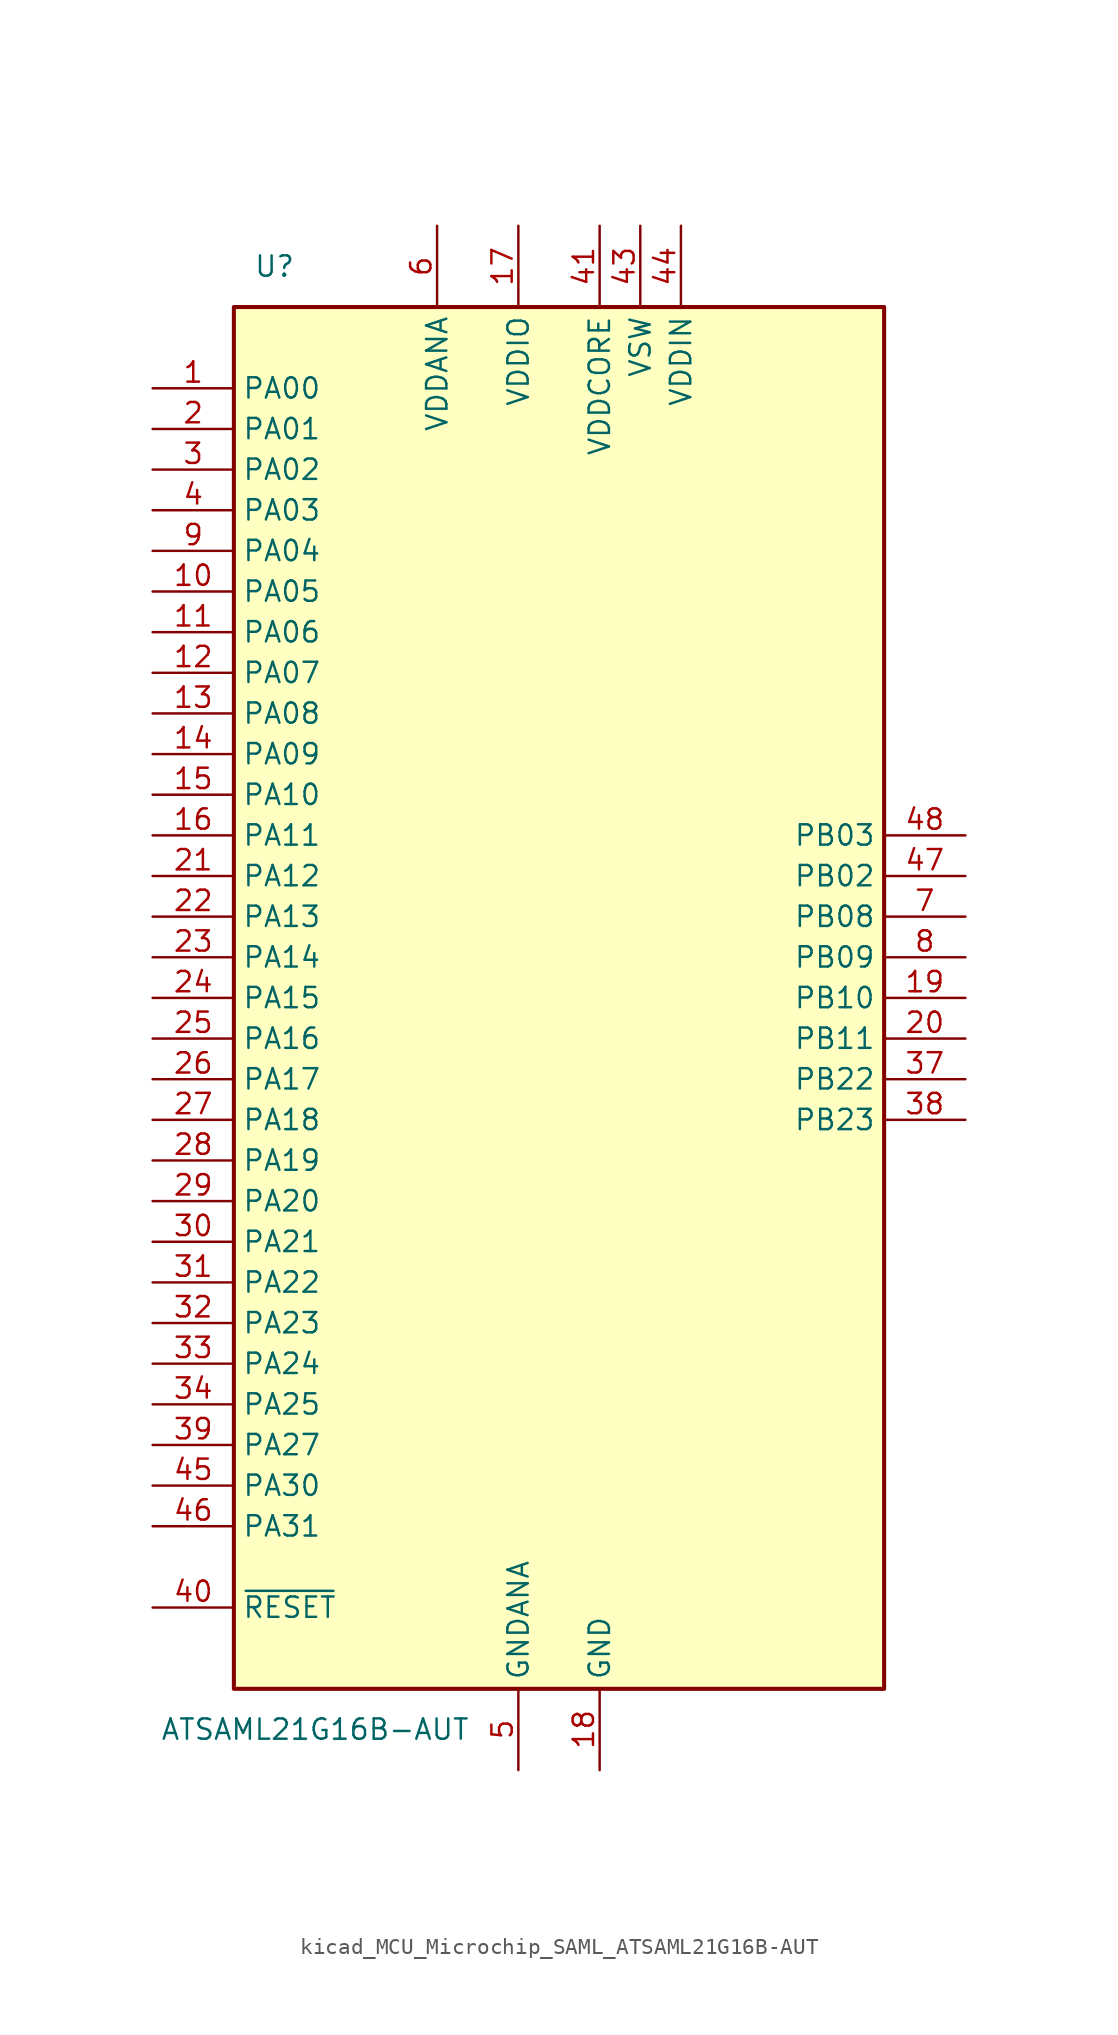
<source format=kicad_sym>
(kicad_symbol_lib
  (version 20220914)
  (generator kicad_symbol_editor)
  (symbol "kicad_MCU_Microchip_SAML_ATSAML21G16B-AUT"
    (property "Reference" "U"
      (at -17.78 45.72 0)
      (effects (font (size 1.27 1.27))))
    (property "Value" "ATSAML21G16B-AUT"
      (at -15.24 -45.72 0)
      (effects (font (size 1.27 1.27))))
    (symbol "kicad_MCU_Microchip_SAML_ATSAML21G16B-AUT_0_1"
      (rectangle (start -20.32 43.18) (end 20.32 -43.18) (stroke (width 0.254) (type default)) (fill (type background))))
    (symbol "kicad_MCU_Microchip_SAML_ATSAML21G16B-AUT_1_1"
      (pin bidirectional line (at -25.4 38.1 0) (length 5.08) (name "PA00" (effects (font (size 1.27 1.27)))) (number "1" (effects (font (size 1.27 1.27)))))
      (pin bidirectional line (at -25.4 25.4 0) (length 5.08) (name "PA05" (effects (font (size 1.27 1.27)))) (number "10" (effects (font (size 1.27 1.27)))))
      (pin bidirectional line (at -25.4 22.86 0) (length 5.08) (name "PA06" (effects (font (size 1.27 1.27)))) (number "11" (effects (font (size 1.27 1.27)))))
      (pin bidirectional line (at -25.4 20.32 0) (length 5.08) (name "PA07" (effects (font (size 1.27 1.27)))) (number "12" (effects (font (size 1.27 1.27)))))
      (pin bidirectional line (at -25.4 17.78 0) (length 5.08) (name "PA08" (effects (font (size 1.27 1.27)))) (number "13" (effects (font (size 1.27 1.27)))))
      (pin bidirectional line (at -25.4 15.24 0) (length 5.08) (name "PA09" (effects (font (size 1.27 1.27)))) (number "14" (effects (font (size 1.27 1.27)))))
      (pin bidirectional line (at -25.4 12.7 0) (length 5.08) (name "PA10" (effects (font (size 1.27 1.27)))) (number "15" (effects (font (size 1.27 1.27)))))
      (pin bidirectional line (at -25.4 10.16 0) (length 5.08) (name "PA11" (effects (font (size 1.27 1.27)))) (number "16" (effects (font (size 1.27 1.27)))))
      (pin power_in line (at -2.54 48.26 270) (length 5.08) (name "VDDIO" (effects (font (size 1.27 1.27)))) (number "17" (effects (font (size 1.27 1.27)))))
      (pin power_in line (at 2.54 -48.26 90) (length 5.08) (name "GND" (effects (font (size 1.27 1.27)))) (number "18" (effects (font (size 1.27 1.27)))))
      (pin bidirectional line (at 25.4 0 180) (length 5.08) (name "PB10" (effects (font (size 1.27 1.27)))) (number "19" (effects (font (size 1.27 1.27)))))
      (pin bidirectional line (at -25.4 35.56 0) (length 5.08) (name "PA01" (effects (font (size 1.27 1.27)))) (number "2" (effects (font (size 1.27 1.27)))))
      (pin bidirectional line (at 25.4 -2.54 180) (length 5.08) (name "PB11" (effects (font (size 1.27 1.27)))) (number "20" (effects (font (size 1.27 1.27)))))
      (pin bidirectional line (at -25.4 7.62 0) (length 5.08) (name "PA12" (effects (font (size 1.27 1.27)))) (number "21" (effects (font (size 1.27 1.27)))))
      (pin bidirectional line (at -25.4 5.08 0) (length 5.08) (name "PA13" (effects (font (size 1.27 1.27)))) (number "22" (effects (font (size 1.27 1.27)))))
      (pin bidirectional line (at -25.4 2.54 0) (length 5.08) (name "PA14" (effects (font (size 1.27 1.27)))) (number "23" (effects (font (size 1.27 1.27)))))
      (pin bidirectional line (at -25.4 0 0) (length 5.08) (name "PA15" (effects (font (size 1.27 1.27)))) (number "24" (effects (font (size 1.27 1.27)))))
      (pin bidirectional line (at -25.4 -2.54 0) (length 5.08) (name "PA16" (effects (font (size 1.27 1.27)))) (number "25" (effects (font (size 1.27 1.27)))))
      (pin bidirectional line (at -25.4 -5.08 0) (length 5.08) (name "PA17" (effects (font (size 1.27 1.27)))) (number "26" (effects (font (size 1.27 1.27)))))
      (pin bidirectional line (at -25.4 -7.62 0) (length 5.08) (name "PA18" (effects (font (size 1.27 1.27)))) (number "27" (effects (font (size 1.27 1.27)))))
      (pin bidirectional line (at -25.4 -10.16 0) (length 5.08) (name "PA19" (effects (font (size 1.27 1.27)))) (number "28" (effects (font (size 1.27 1.27)))))
      (pin bidirectional line (at -25.4 -12.7 0) (length 5.08) (name "PA20" (effects (font (size 1.27 1.27)))) (number "29" (effects (font (size 1.27 1.27)))))
      (pin bidirectional line (at -25.4 33.02 0) (length 5.08) (name "PA02" (effects (font (size 1.27 1.27)))) (number "3" (effects (font (size 1.27 1.27)))))
      (pin bidirectional line (at -25.4 -15.24 0) (length 5.08) (name "PA21" (effects (font (size 1.27 1.27)))) (number "30" (effects (font (size 1.27 1.27)))))
      (pin bidirectional line (at -25.4 -17.78 0) (length 5.08) (name "PA22" (effects (font (size 1.27 1.27)))) (number "31" (effects (font (size 1.27 1.27)))))
      (pin bidirectional line (at -25.4 -20.32 0) (length 5.08) (name "PA23" (effects (font (size 1.27 1.27)))) (number "32" (effects (font (size 1.27 1.27)))))
      (pin bidirectional line (at -25.4 -22.86 0) (length 5.08) (name "PA24" (effects (font (size 1.27 1.27)))) (number "33" (effects (font (size 1.27 1.27)))))
      (pin bidirectional line (at -25.4 -25.4 0) (length 5.08) (name "PA25" (effects (font (size 1.27 1.27)))) (number "34" (effects (font (size 1.27 1.27)))))
      (pin passive line (at 2.54 -48.26 90) (length 5.08) hide (name "GND" (effects (font (size 1.27 1.27)))) (number "35" (effects (font (size 1.27 1.27)))))
      (pin passive line (at -2.54 48.26 270) (length 5.08) hide (name "VDDIO" (effects (font (size 1.27 1.27)))) (number "36" (effects (font (size 1.27 1.27)))))
      (pin bidirectional line (at 25.4 -5.08 180) (length 5.08) (name "PB22" (effects (font (size 1.27 1.27)))) (number "37" (effects (font (size 1.27 1.27)))))
      (pin bidirectional line (at 25.4 -7.62 180) (length 5.08) (name "PB23" (effects (font (size 1.27 1.27)))) (number "38" (effects (font (size 1.27 1.27)))))
      (pin bidirectional line (at -25.4 -27.94 0) (length 5.08) (name "PA27" (effects (font (size 1.27 1.27)))) (number "39" (effects (font (size 1.27 1.27)))))
      (pin bidirectional line (at -25.4 30.48 0) (length 5.08) (name "PA03" (effects (font (size 1.27 1.27)))) (number "4" (effects (font (size 1.27 1.27)))))
      (pin input line (at -25.4 -38.1 0) (length 5.08) (name "~{RESET}" (effects (font (size 1.27 1.27)))) (number "40" (effects (font (size 1.27 1.27)))))
      (pin bidirectional line (at 2.54 48.26 270) (length 5.08) (name "VDDCORE" (effects (font (size 1.27 1.27)))) (number "41" (effects (font (size 1.27 1.27)))))
      (pin passive line (at 2.54 -48.26 90) (length 5.08) hide (name "GND" (effects (font (size 1.27 1.27)))) (number "42" (effects (font (size 1.27 1.27)))))
      (pin bidirectional line (at 5.08 48.26 270) (length 5.08) (name "VSW" (effects (font (size 1.27 1.27)))) (number "43" (effects (font (size 1.27 1.27)))))
      (pin bidirectional line (at 7.62 48.26 270) (length 5.08) (name "VDDIN" (effects (font (size 1.27 1.27)))) (number "44" (effects (font (size 1.27 1.27)))))
      (pin bidirectional line (at -25.4 -30.48 0) (length 5.08) (name "PA30" (effects (font (size 1.27 1.27)))) (number "45" (effects (font (size 1.27 1.27)))))
      (pin bidirectional line (at -25.4 -33.02 0) (length 5.08) (name "PA31" (effects (font (size 1.27 1.27)))) (number "46" (effects (font (size 1.27 1.27)))))
      (pin bidirectional line (at 25.4 7.62 180) (length 5.08) (name "PB02" (effects (font (size 1.27 1.27)))) (number "47" (effects (font (size 1.27 1.27)))))
      (pin bidirectional line (at 25.4 10.16 180) (length 5.08) (name "PB03" (effects (font (size 1.27 1.27)))) (number "48" (effects (font (size 1.27 1.27)))))
      (pin power_in line (at -2.54 -48.26 90) (length 5.08) (name "GNDANA" (effects (font (size 1.27 1.27)))) (number "5" (effects (font (size 1.27 1.27)))))
      (pin bidirectional line (at -7.62 48.26 270) (length 5.08) (name "VDDANA" (effects (font (size 1.27 1.27)))) (number "6" (effects (font (size 1.27 1.27)))))
      (pin bidirectional line (at 25.4 5.08 180) (length 5.08) (name "PB08" (effects (font (size 1.27 1.27)))) (number "7" (effects (font (size 1.27 1.27)))))
      (pin bidirectional line (at 25.4 2.54 180) (length 5.08) (name "PB09" (effects (font (size 1.27 1.27)))) (number "8" (effects (font (size 1.27 1.27)))))
      (pin bidirectional line (at -25.4 27.94 0) (length 5.08) (name "PA04" (effects (font (size 1.27 1.27)))) (number "9" (effects (font (size 1.27 1.27))))))))
</source>
